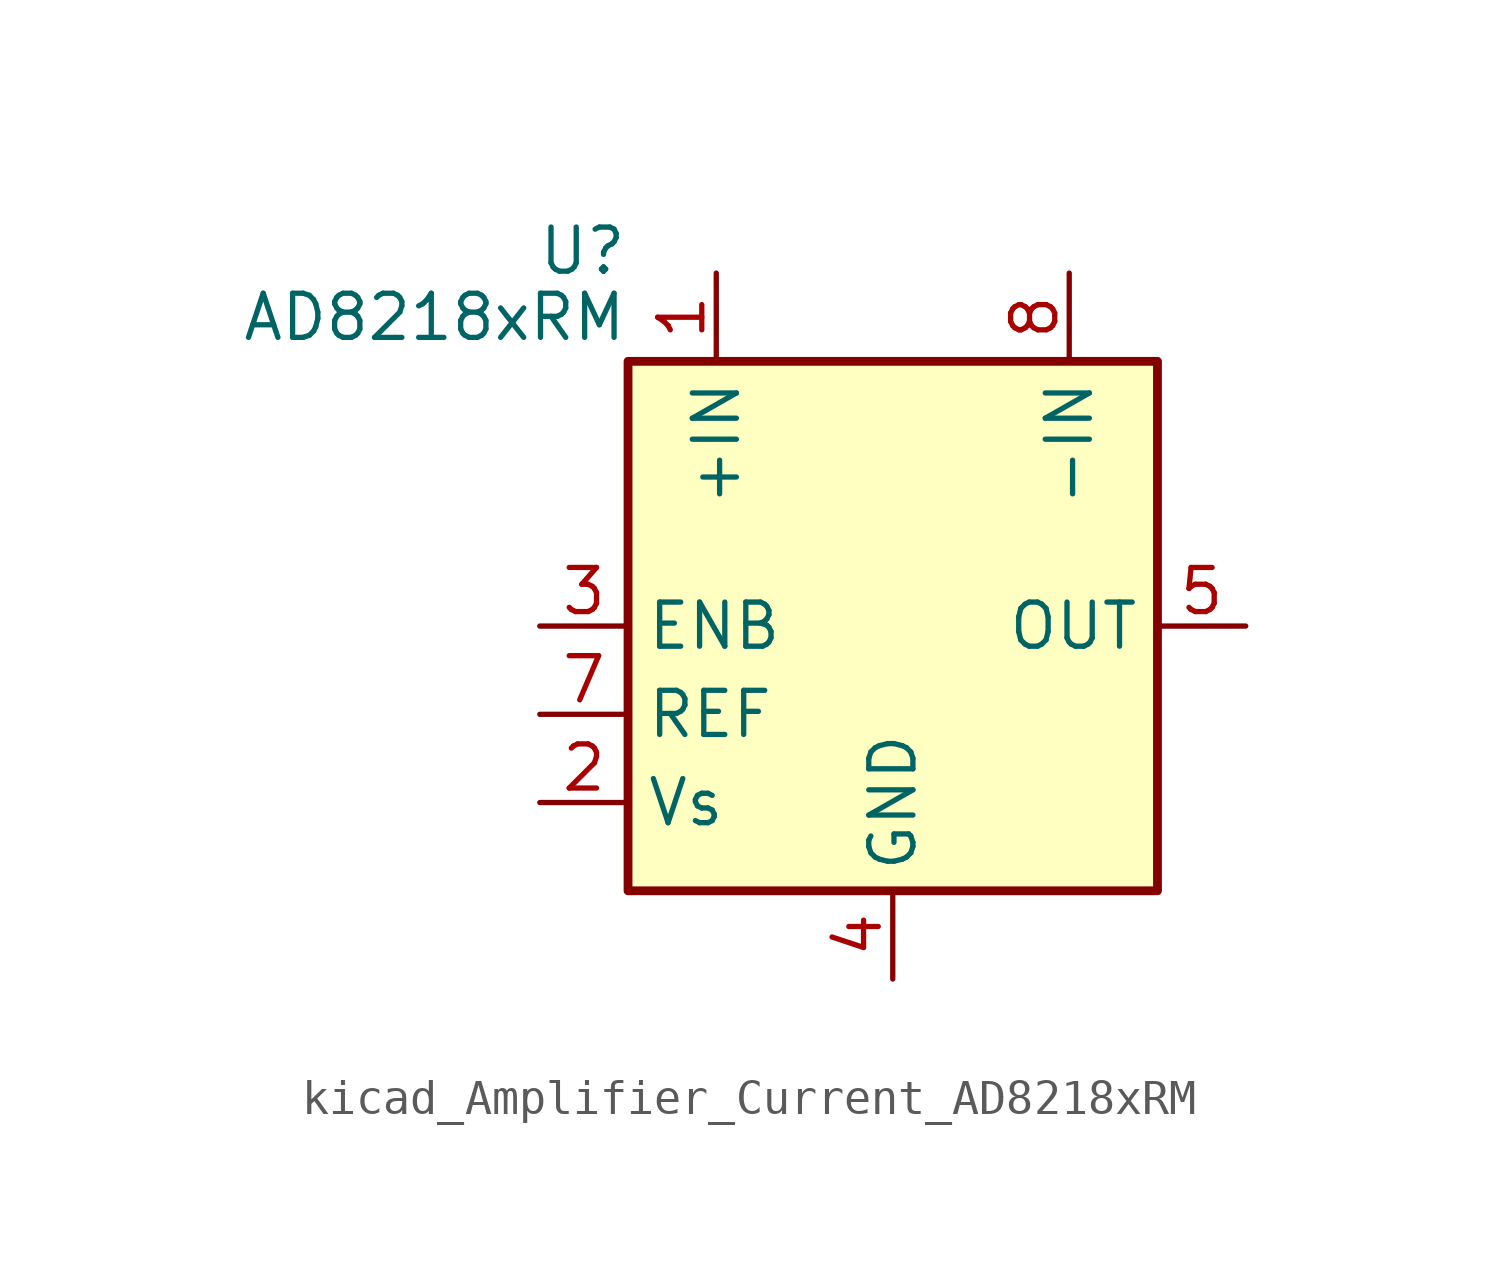
<source format=kicad_sym>
(kicad_symbol_lib
  (version 20220914)
  (generator kicad_symbol_editor)
  (symbol "kicad_Amplifier_Current_AD8218xRM"
    (property "Reference" "U"
      (at -7.62 10.795 0)
      (effects (font (size 1.27 1.27)) (justify right)))
    (property "Value" "AD8218xRM"
      (at -7.62 8.89 0)
      (effects (font (size 1.27 1.27)) (justify right)))
    (symbol "kicad_Amplifier_Current_AD8218xRM_0_1"
      (rectangle (start -7.62 7.62) (end 7.62 -7.62) (stroke (width 0.254) (type default)) (fill (type background))))
    (symbol "kicad_Amplifier_Current_AD8218xRM_1_1"
      (pin input line (at -5.08 10.16 270) (length 2.54) (name "+IN" (effects (font (size 1.27 1.27)))) (number "1" (effects (font (size 1.27 1.27)))))
      (pin passive line (at -10.16 -5.08 0) (length 2.54) (name "Vs" (effects (font (size 1.27 1.27)))) (number "2" (effects (font (size 1.27 1.27)))))
      (pin input line (at -10.16 0 0) (length 2.54) (name "ENB" (effects (font (size 1.27 1.27)))) (number "3" (effects (font (size 1.27 1.27)))))
      (pin power_in line (at 0 -10.16 90) (length 2.54) (name "GND" (effects (font (size 1.27 1.27)))) (number "4" (effects (font (size 1.27 1.27)))))
      (pin output line (at 10.16 0 180) (length 2.54) (name "OUT" (effects (font (size 1.27 1.27)))) (number "5" (effects (font (size 1.27 1.27)))))
      (pin no_connect line (at 2.54 -7.62 90) (length 2.54) hide (name "NC" (effects (font (size 1.27 1.27)))) (number "6" (effects (font (size 1.27 1.27)))))
      (pin input line (at -10.16 -2.54 0) (length 2.54) (name "REF" (effects (font (size 1.27 1.27)))) (number "7" (effects (font (size 1.27 1.27)))))
      (pin input line (at 5.08 10.16 270) (length 2.54) (name "-IN" (effects (font (size 1.27 1.27)))) (number "8" (effects (font (size 1.27 1.27))))))))
</source>
